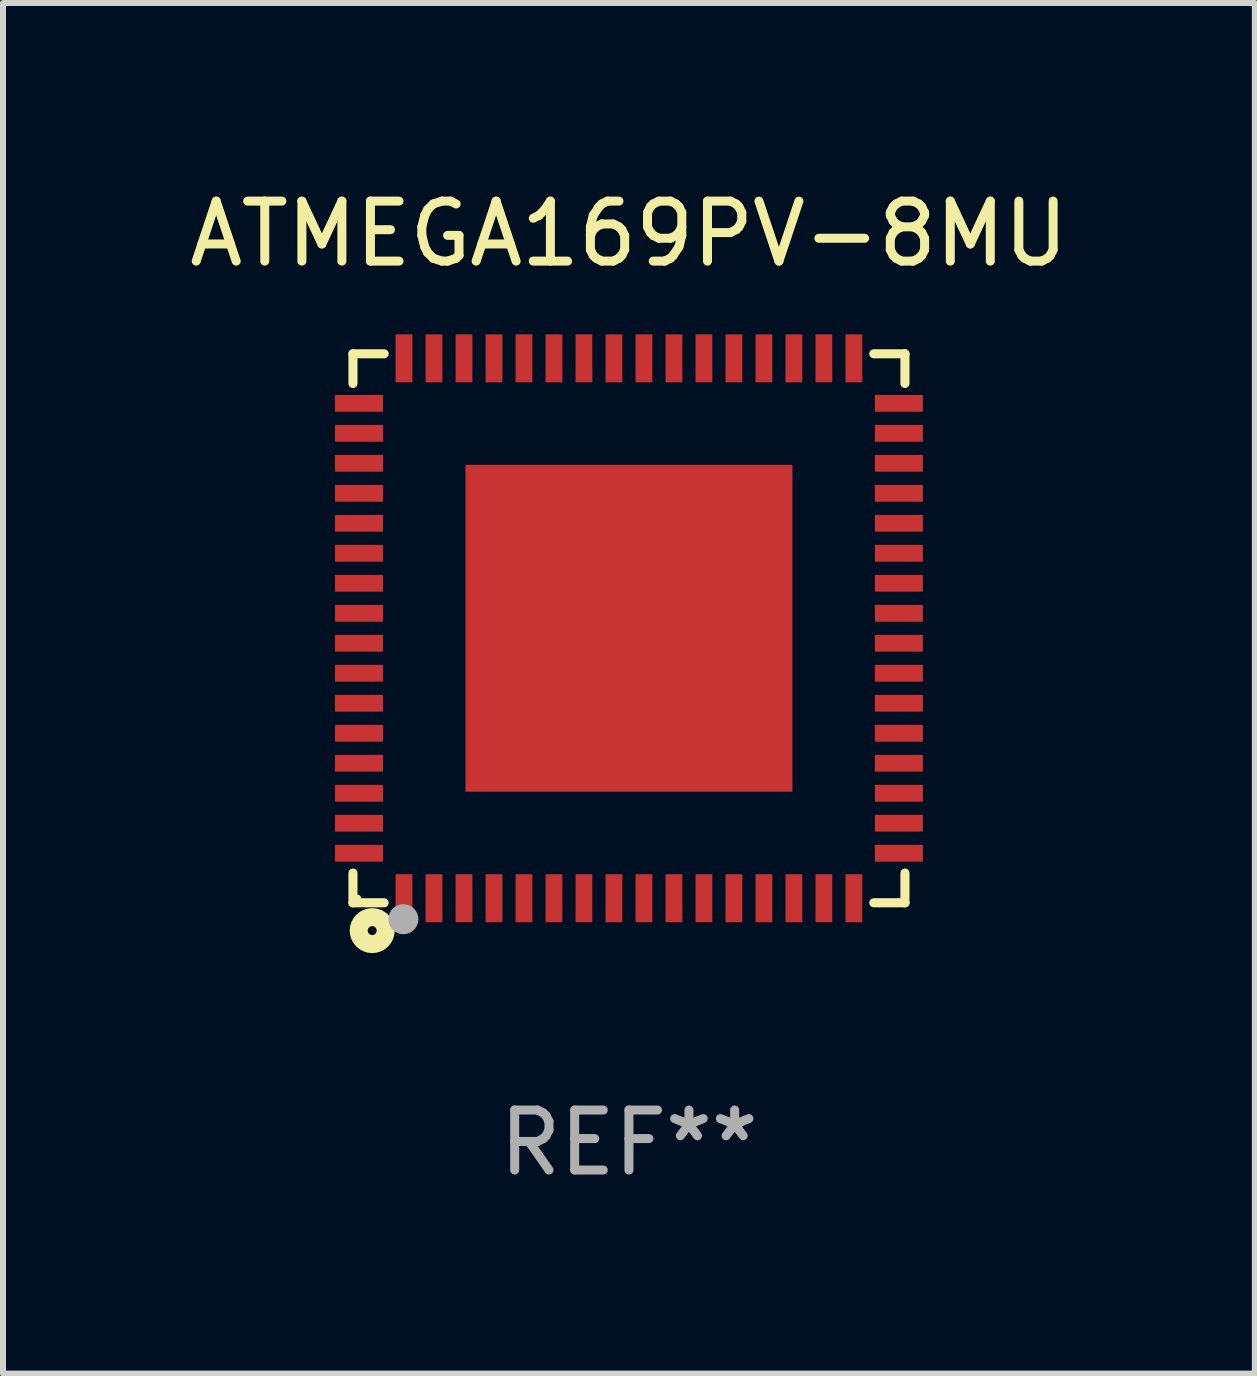
<source format=kicad_pcb>
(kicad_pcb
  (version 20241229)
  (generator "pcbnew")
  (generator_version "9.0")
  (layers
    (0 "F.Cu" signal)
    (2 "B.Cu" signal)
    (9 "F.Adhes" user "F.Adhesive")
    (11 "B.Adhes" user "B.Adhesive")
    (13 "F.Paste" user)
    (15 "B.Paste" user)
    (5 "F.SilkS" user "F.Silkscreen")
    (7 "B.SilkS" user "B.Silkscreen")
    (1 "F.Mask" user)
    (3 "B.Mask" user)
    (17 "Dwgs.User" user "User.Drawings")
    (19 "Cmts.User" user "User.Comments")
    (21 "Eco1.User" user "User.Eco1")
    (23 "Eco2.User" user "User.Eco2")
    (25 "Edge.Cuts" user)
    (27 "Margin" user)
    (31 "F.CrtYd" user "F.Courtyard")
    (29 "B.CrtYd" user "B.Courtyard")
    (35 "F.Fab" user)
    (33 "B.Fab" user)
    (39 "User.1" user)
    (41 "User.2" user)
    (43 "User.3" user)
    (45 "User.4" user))
  (footprint "ATMEGA169PV-8MU"
    (layer "F.Cu")
    (at 7.435 7.424)
    (property "Reference" "ATMEGA169PV-8MU" (at 0 -6.576 0) (layer "F.SilkS") (effects (font (size 1 1) (thickness 0.15))))
    (attr through_hole)
    (fp_line (start -4.601 -4.576) (end -4.081 -4.576) (stroke (width 0.152) (type solid)) (layer "F.SilkS"))
    (fp_line (start -4.601 -4.081) (end -4.601 -4.576) (stroke (width 0.152) (type solid)) (layer "F.SilkS"))
    (fp_line (start -4.601 4.081) (end -4.601 4.576) (stroke (width 0.152) (type solid)) (layer "F.SilkS"))
    (fp_line (start -4.601 4.576) (end -4.081 4.576) (stroke (width 0.152) (type solid)) (layer "F.SilkS"))
    (fp_line (start 4.601 -4.576) (end 4.081 -4.576) (stroke (width 0.152) (type solid)) (layer "F.SilkS"))
    (fp_line (start 4.601 -4.081) (end 4.601 -4.576) (stroke (width 0.152) (type solid)) (layer "F.SilkS"))
    (fp_line (start 4.601 4.081) (end 4.601 4.576) (stroke (width 0.152) (type solid)) (layer "F.SilkS"))
    (fp_line (start 4.601 4.576) (end 4.081 4.576) (stroke (width 0.152) (type solid)) (layer "F.SilkS"))
    (fp_circle (center -4.525 4.5) (end -4.495 4.5) (stroke (width 0.06) (type solid)) (fill no) (layer "F.SilkS"))
    (fp_circle (center -4.28 5.04) (end -4.205 5.04) (stroke (width 0.3) (type solid)) (fill no) (layer "F.SilkS"))
    (fp_circle (center -3.76 4.85) (end -3.635 4.85) (stroke (width 0.25) (type solid)) (fill no) (layer "F.Fab"))
    (fp_text user "REF**" (at 0 8.576 0) (layer "F.Fab") (effects (font (size 1 1) (thickness 0.15))))
    (pad "1" smd rect (at -3.75 4.5) (size 0.28 0.8) (layers "F.Cu" "F.Mask" "F.Paste"))
    (pad "2" smd rect (at -3.25 4.5) (size 0.28 0.8) (layers "F.Cu" "F.Mask" "F.Paste"))
    (pad "3" smd rect (at -2.75 4.5) (size 0.28 0.8) (layers "F.Cu" "F.Mask" "F.Paste"))
    (pad "4" smd rect (at -2.25 4.5) (size 0.28 0.8) (layers "F.Cu" "F.Mask" "F.Paste"))
    (pad "5" smd rect (at -1.75 4.5) (size 0.28 0.8) (layers "F.Cu" "F.Mask" "F.Paste"))
    (pad "6" smd rect (at -1.25 4.5) (size 0.28 0.8) (layers "F.Cu" "F.Mask" "F.Paste"))
    (pad "7" smd rect (at -0.75 4.5) (size 0.28 0.8) (layers "F.Cu" "F.Mask" "F.Paste"))
    (pad "8" smd rect (at -0.25 4.5) (size 0.28 0.8) (layers "F.Cu" "F.Mask" "F.Paste"))
    (pad "9" smd rect (at 0.25 4.5) (size 0.28 0.8) (layers "F.Cu" "F.Mask" "F.Paste"))
    (pad "10" smd rect (at 0.75 4.5) (size 0.28 0.8) (layers "F.Cu" "F.Mask" "F.Paste"))
    (pad "11" smd rect (at 1.25 4.5) (size 0.28 0.8) (layers "F.Cu" "F.Mask" "F.Paste"))
    (pad "12" smd rect (at 1.75 4.5) (size 0.28 0.8) (layers "F.Cu" "F.Mask" "F.Paste"))
    (pad "13" smd rect (at 2.25 4.5) (size 0.28 0.8) (layers "F.Cu" "F.Mask" "F.Paste"))
    (pad "14" smd rect (at 2.75 4.5) (size 0.28 0.8) (layers "F.Cu" "F.Mask" "F.Paste"))
    (pad "15" smd rect (at 3.25 4.5) (size 0.28 0.8) (layers "F.Cu" "F.Mask" "F.Paste"))
    (pad "16" smd rect (at 3.75 4.5) (size 0.28 0.8) (layers "F.Cu" "F.Mask" "F.Paste"))
    (pad "17" smd rect (at 4.5 3.75) (size 0.8 0.28) (layers "F.Cu" "F.Mask" "F.Paste"))
    (pad "18" smd rect (at 4.5 3.25) (size 0.8 0.28) (layers "F.Cu" "F.Mask" "F.Paste"))
    (pad "19" smd rect (at 4.5 2.75) (size 0.8 0.28) (layers "F.Cu" "F.Mask" "F.Paste"))
    (pad "20" smd rect (at 4.5 2.25) (size 0.8 0.28) (layers "F.Cu" "F.Mask" "F.Paste"))
    (pad "21" smd rect (at 4.5 1.75) (size 0.8 0.28) (layers "F.Cu" "F.Mask" "F.Paste"))
    (pad "22" smd rect (at 4.5 1.25) (size 0.8 0.28) (layers "F.Cu" "F.Mask" "F.Paste"))
    (pad "23" smd rect (at 4.5 0.75) (size 0.8 0.28) (layers "F.Cu" "F.Mask" "F.Paste"))
    (pad "24" smd rect (at 4.5 0.25) (size 0.8 0.28) (layers "F.Cu" "F.Mask" "F.Paste"))
    (pad "25" smd rect (at 4.5 -0.25) (size 0.8 0.28) (layers "F.Cu" "F.Mask" "F.Paste"))
    (pad "26" smd rect (at 4.5 -0.75) (size 0.8 0.28) (layers "F.Cu" "F.Mask" "F.Paste"))
    (pad "27" smd rect (at 4.5 -1.25) (size 0.8 0.28) (layers "F.Cu" "F.Mask" "F.Paste"))
    (pad "28" smd rect (at 4.5 -1.75) (size 0.8 0.28) (layers "F.Cu" "F.Mask" "F.Paste"))
    (pad "29" smd rect (at 4.5 -2.25) (size 0.8 0.28) (layers "F.Cu" "F.Mask" "F.Paste"))
    (pad "30" smd rect (at 4.5 -2.75) (size 0.8 0.28) (layers "F.Cu" "F.Mask" "F.Paste"))
    (pad "31" smd rect (at 4.5 -3.25) (size 0.8 0.28) (layers "F.Cu" "F.Mask" "F.Paste"))
    (pad "32" smd rect (at 4.5 -3.75) (size 0.8 0.28) (layers "F.Cu" "F.Mask" "F.Paste"))
    (pad "33" smd rect (at 3.75 -4.5) (size 0.28 0.8) (layers "F.Cu" "F.Mask" "F.Paste"))
    (pad "34" smd rect (at 3.25 -4.5) (size 0.28 0.8) (layers "F.Cu" "F.Mask" "F.Paste"))
    (pad "35" smd rect (at 2.75 -4.5) (size 0.28 0.8) (layers "F.Cu" "F.Mask" "F.Paste"))
    (pad "36" smd rect (at 2.25 -4.5) (size 0.28 0.8) (layers "F.Cu" "F.Mask" "F.Paste"))
    (pad "37" smd rect (at 1.75 -4.5) (size 0.28 0.8) (layers "F.Cu" "F.Mask" "F.Paste"))
    (pad "38" smd rect (at 1.25 -4.5) (size 0.28 0.8) (layers "F.Cu" "F.Mask" "F.Paste"))
    (pad "39" smd rect (at 0.75 -4.5) (size 0.28 0.8) (layers "F.Cu" "F.Mask" "F.Paste"))
    (pad "40" smd rect (at 0.25 -4.5) (size 0.28 0.8) (layers "F.Cu" "F.Mask" "F.Paste"))
    (pad "41" smd rect (at -0.25 -4.5) (size 0.28 0.8) (layers "F.Cu" "F.Mask" "F.Paste"))
    (pad "42" smd rect (at -0.75 -4.5) (size 0.28 0.8) (layers "F.Cu" "F.Mask" "F.Paste"))
    (pad "43" smd rect (at -1.25 -4.5) (size 0.28 0.8) (layers "F.Cu" "F.Mask" "F.Paste"))
    (pad "44" smd rect (at -1.75 -4.5) (size 0.28 0.8) (layers "F.Cu" "F.Mask" "F.Paste"))
    (pad "45" smd rect (at -2.25 -4.5) (size 0.28 0.8) (layers "F.Cu" "F.Mask" "F.Paste"))
    (pad "46" smd rect (at -2.75 -4.5) (size 0.28 0.8) (layers "F.Cu" "F.Mask" "F.Paste"))
    (pad "47" smd rect (at -3.25 -4.5) (size 0.28 0.8) (layers "F.Cu" "F.Mask" "F.Paste"))
    (pad "48" smd rect (at -3.75 -4.5) (size 0.28 0.8) (layers "F.Cu" "F.Mask" "F.Paste"))
    (pad "49" smd rect (at -4.5 -3.75) (size 0.8 0.28) (layers "F.Cu" "F.Mask" "F.Paste"))
    (pad "50" smd rect (at -4.5 -3.25) (size 0.8 0.28) (layers "F.Cu" "F.Mask" "F.Paste"))
    (pad "51" smd rect (at -4.5 -2.75) (size 0.8 0.28) (layers "F.Cu" "F.Mask" "F.Paste"))
    (pad "52" smd rect (at -4.5 -2.25) (size 0.8 0.28) (layers "F.Cu" "F.Mask" "F.Paste"))
    (pad "53" smd rect (at -4.5 -1.75) (size 0.8 0.28) (layers "F.Cu" "F.Mask" "F.Paste"))
    (pad "54" smd rect (at -4.5 -1.25) (size 0.8 0.28) (layers "F.Cu" "F.Mask" "F.Paste"))
    (pad "55" smd rect (at -4.5 -0.75) (size 0.8 0.28) (layers "F.Cu" "F.Mask" "F.Paste"))
    (pad "56" smd rect (at -4.5 -0.25) (size 0.8 0.28) (layers "F.Cu" "F.Mask" "F.Paste"))
    (pad "57" smd rect (at -4.5 0.25) (size 0.8 0.28) (layers "F.Cu" "F.Mask" "F.Paste"))
    (pad "58" smd rect (at -4.5 0.75) (size 0.8 0.28) (layers "F.Cu" "F.Mask" "F.Paste"))
    (pad "59" smd rect (at -4.5 1.25) (size 0.8 0.28) (layers "F.Cu" "F.Mask" "F.Paste"))
    (pad "60" smd rect (at -4.5 1.75) (size 0.8 0.28) (layers "F.Cu" "F.Mask" "F.Paste"))
    (pad "61" smd rect (at -4.5 2.25) (size 0.8 0.28) (layers "F.Cu" "F.Mask" "F.Paste"))
    (pad "62" smd rect (at -4.5 2.75) (size 0.8 0.28) (layers "F.Cu" "F.Mask" "F.Paste"))
    (pad "63" smd rect (at -4.5 3.25) (size 0.8 0.28) (layers "F.Cu" "F.Mask" "F.Paste"))
    (pad "64" smd rect (at -4.5 3.75) (size 0.8 0.28) (layers "F.Cu" "F.Mask" "F.Paste"))
    (pad "65" smd rect (at 0 0) (size 5.45 5.45) (layers "F.Cu" "F.Mask" "F.Paste")))
  (gr_rect
    (start -3 -3)
    (end 17.869 19.849)
    (stroke (width 0.1) (type default))
    (fill no)
    (layer "Edge.Cuts")))
</source>
